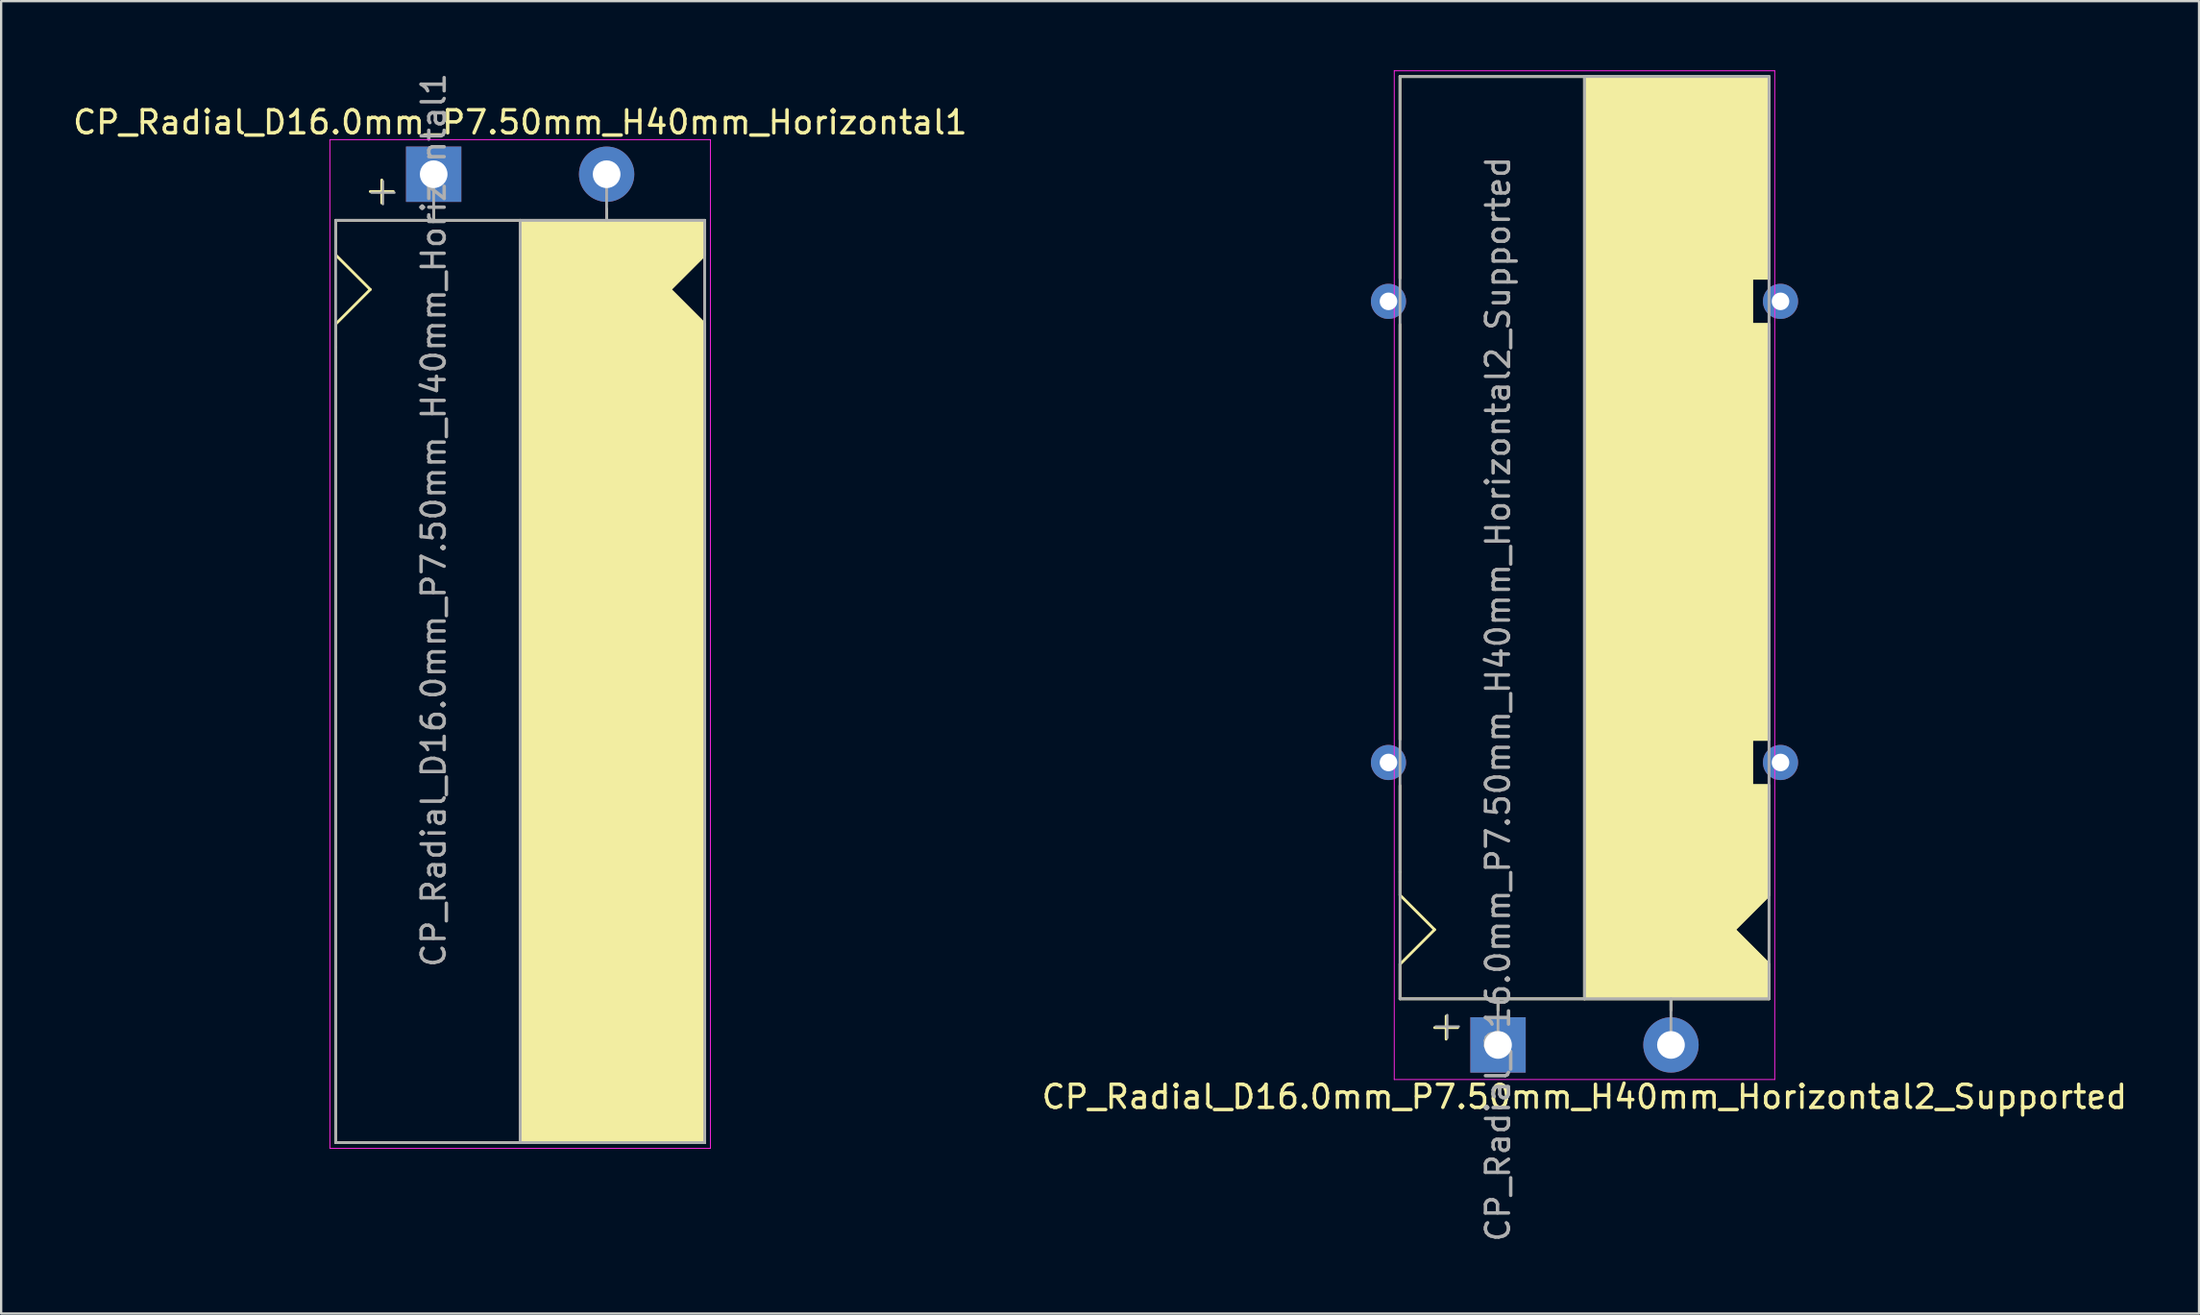
<source format=kicad_pcb>
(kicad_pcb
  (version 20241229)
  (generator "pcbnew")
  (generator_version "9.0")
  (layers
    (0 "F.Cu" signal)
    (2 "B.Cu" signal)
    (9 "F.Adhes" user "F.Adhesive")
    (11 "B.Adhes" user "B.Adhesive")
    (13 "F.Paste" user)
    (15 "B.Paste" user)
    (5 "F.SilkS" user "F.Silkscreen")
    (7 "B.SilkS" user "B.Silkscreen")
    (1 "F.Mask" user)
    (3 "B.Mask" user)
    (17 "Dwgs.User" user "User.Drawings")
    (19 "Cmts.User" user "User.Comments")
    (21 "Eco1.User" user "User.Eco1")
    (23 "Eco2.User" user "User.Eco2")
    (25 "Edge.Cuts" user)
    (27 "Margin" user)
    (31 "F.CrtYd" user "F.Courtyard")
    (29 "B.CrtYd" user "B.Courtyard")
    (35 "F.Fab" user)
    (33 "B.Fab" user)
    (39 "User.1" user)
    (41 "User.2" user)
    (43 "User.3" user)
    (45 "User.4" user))
  (footprint "CP_Radial_D16.0mm_P7.50mm_H40mm_Horizontal1"
    (layer "F.Cu")
    (at 15.756 4.506)
    (property "Reference" "CP_Radial_D16.0mm_P7.50mm_H40mm_Horizontal1" (at 3.75 -2.25 0) (layer "F.SilkS") (effects (font (size 1 1) (thickness 0.15))))
    (attr through_hole)
    (fp_line (start -4.25 2) (end -4.25 3.5) (stroke (width 0.12) (type solid)) (layer "F.SilkS"))
    (fp_line (start -4.25 3.5) (end -2.75 5) (stroke (width 0.12) (type solid)) (layer "F.SilkS"))
    (fp_line (start -4.25 6.5) (end -4.25 7.5) (stroke (width 0.12) (type solid)) (layer "F.SilkS"))
    (fp_line (start -4.25 7.5) (end -4.25 42) (stroke (width 0.12) (type solid)) (layer "F.SilkS"))
    (fp_line (start -2.75 5) (end -4.25 6.5) (stroke (width 0.12) (type solid)) (layer "F.SilkS"))
    (fp_line (start -2.25 0.25) (end -2.25 1.25) (stroke (width 0.12) (type solid)) (layer "F.SilkS"))
    (fp_line (start -1.75 0.75) (end -2.75 0.75) (stroke (width 0.12) (type solid)) (layer "F.SilkS"))
    (fp_line (start 0 1.5) (end 0 2) (stroke (width 0.12) (type solid)) (layer "F.SilkS"))
    (fp_line (start 3.75 2) (end -4.25 2) (stroke (width 0.12) (type solid)) (layer "F.SilkS"))
    (fp_line (start 3.75 2) (end 3.75 42) (stroke (width 0.12) (type solid)) (layer "F.SilkS"))
    (fp_line (start 3.75 2) (end 11.75 2) (stroke (width 0.12) (type solid)) (layer "F.SilkS"))
    (fp_line (start 7.5 1.5) (end 7.5 2) (stroke (width 0.12) (type solid)) (layer "F.SilkS"))
    (fp_line (start 10.25 5) (end 11.75 6.5) (stroke (width 0.12) (type solid)) (layer "F.SilkS"))
    (fp_line (start 11.75 2) (end 11.75 3.5) (stroke (width 0.12) (type solid)) (layer "F.SilkS"))
    (fp_line (start 11.75 3.5) (end 10.25 5) (stroke (width 0.12) (type solid)) (layer "F.SilkS"))
    (fp_line (start 11.75 42) (end -4.25 42) (stroke (width 0.12) (type solid)) (layer "F.SilkS"))
    (fp_line (start 11.75 42) (end 11.75 6.5) (stroke (width 0.12) (type solid)) (layer "F.SilkS"))
    (fp_poly (pts (xy 11.75 3.5) (xy 10.25 5) (xy 11.75 6.5) (xy 11.75 42) (xy 3.75 42) (xy 3.75 2) (xy 11.75 2)) (stroke (width 0.1) (type solid)) (fill yes) (layer "F.SilkS"))
    (fp_line (start -4.5 -1.5) (end 12 -1.5) (stroke (width 0.04) (type solid)) (layer "F.CrtYd"))
    (fp_line (start -4.5 42.25) (end -4.5 -1.5) (stroke (width 0.04) (type solid)) (layer "F.CrtYd"))
    (fp_line (start 12 -1.5) (end 12 42.25) (stroke (width 0.04) (type solid)) (layer "F.CrtYd"))
    (fp_line (start 12 42.25) (end -4.5 42.25) (stroke (width 0.04) (type solid)) (layer "F.CrtYd"))
    (fp_line (start -4.25 2) (end -4.25 42) (stroke (width 0.12) (type solid)) (layer "F.Fab"))
    (fp_line (start -4.25 42) (end 11.75 42) (stroke (width 0.12) (type solid)) (layer "F.Fab"))
    (fp_line (start -2.7 0.8) (end -1.7 0.8) (stroke (width 0.1) (type solid)) (layer "F.Fab"))
    (fp_line (start -2.2 1.3) (end -2.2 0.3) (stroke (width 0.1) (type solid)) (layer "F.Fab"))
    (fp_line (start 0 0) (end 0 2) (stroke (width 0.12) (type solid)) (layer "F.Fab"))
    (fp_line (start 0 2) (end -4.25 2) (stroke (width 0.12) (type solid)) (layer "F.Fab"))
    (fp_line (start 3.75 2) (end 3.75 42) (stroke (width 0.12) (type solid)) (layer "F.Fab"))
    (fp_line (start 7.5 0) (end 7.5 2) (stroke (width 0.12) (type solid)) (layer "F.Fab"))
    (fp_line (start 11.75 2) (end 0 2) (stroke (width 0.12) (type solid)) (layer "F.Fab"))
    (fp_line (start 11.75 42) (end 11.75 2) (stroke (width 0.12) (type solid)) (layer "F.Fab"))
    (fp_poly (pts (xy 11.75 42) (xy 3.75 42) (xy 3.75 2) (xy 11.75 2)) (stroke (width 0.1) (type solid)) (fill no) (layer "F.Fab"))
    (fp_text user "${REFERENCE}" (at 0 15 90) (layer "F.Fab") (effects (font (size 1 1) (thickness 0.15))))
    (pad "1" thru_hole rect (at 0 0) (size 2.4 2.4) (drill 1.2) (layers "*.Cu" "*.Mask"))
    (pad "2" thru_hole circle (at 7.5 0) (size 2.4 2.4) (drill 1.2) (layers "*.Cu" "*.Mask")))
  (footprint "CP_Radial_D16.0mm_P7.50mm_H40mm_Horizontal2_Supported"
    (layer "F.Cu")
    (at 61.911 42.27)
    (property "Reference" "CP_Radial_D16.0mm_P7.50mm_H40mm_Horizontal2_Supported" (at 3.75 2.25 0) (layer "F.SilkS") (effects (font (size 1 1) (thickness 0.15))))
    (attr through_hole)
    (fp_line (start -4.25 -33.25) (end -4.25 -42) (stroke (width 0.12) (type solid)) (layer "F.SilkS"))
    (fp_line (start -4.25 -31.25) (end -4.25 -13.25) (stroke (width 0.12) (type solid)) (layer "F.SilkS"))
    (fp_line (start -4.25 -7.5) (end -4.25 -11.25) (stroke (width 0.12) (type solid)) (layer "F.SilkS"))
    (fp_line (start -4.25 -6.5) (end -4.25 -7.5) (stroke (width 0.12) (type solid)) (layer "F.SilkS"))
    (fp_line (start -4.25 -3.5) (end -2.75 -5) (stroke (width 0.12) (type solid)) (layer "F.SilkS"))
    (fp_line (start -4.25 -2) (end -4.25 -3.5) (stroke (width 0.12) (type solid)) (layer "F.SilkS"))
    (fp_line (start -2.75 -5) (end -4.25 -6.5) (stroke (width 0.12) (type solid)) (layer "F.SilkS"))
    (fp_line (start -2.25 -1.25) (end -2.25 -0.25) (stroke (width 0.12) (type solid)) (layer "F.SilkS"))
    (fp_line (start -1.75 -0.75) (end -2.75 -0.75) (stroke (width 0.12) (type solid)) (layer "F.SilkS"))
    (fp_line (start 0 -1.5) (end 0 -2) (stroke (width 0.12) (type solid)) (layer "F.SilkS"))
    (fp_line (start 3.75 -2) (end -4.25 -2) (stroke (width 0.12) (type solid)) (layer "F.SilkS"))
    (fp_line (start 3.75 -2) (end 3.75 -42) (stroke (width 0.12) (type solid)) (layer "F.SilkS"))
    (fp_line (start 3.75 -2) (end 11.75 -2) (stroke (width 0.12) (type solid)) (layer "F.SilkS"))
    (fp_line (start 7.5 -1.5) (end 7.5 -2) (stroke (width 0.12) (type solid)) (layer "F.SilkS"))
    (fp_line (start 10.25 -5) (end 11.75 -6.5) (stroke (width 0.12) (type solid)) (layer "F.SilkS"))
    (fp_line (start 11 -33.25) (end 11 -31.25) (stroke (width 0.12) (type solid)) (layer "F.SilkS"))
    (fp_line (start 11 -31.25) (end 11.75 -31.25) (stroke (width 0.12) (type solid)) (layer "F.SilkS"))
    (fp_line (start 11 -13.25) (end 11 -11.25) (stroke (width 0.12) (type solid)) (layer "F.SilkS"))
    (fp_line (start 11 -11.25) (end 11.75 -11.25) (stroke (width 0.12) (type solid)) (layer "F.SilkS"))
    (fp_line (start 11.75 -42) (end -4.25 -42) (stroke (width 0.12) (type solid)) (layer "F.SilkS"))
    (fp_line (start 11.75 -42) (end 11.75 -33.25) (stroke (width 0.12) (type solid)) (layer "F.SilkS"))
    (fp_line (start 11.75 -33.25) (end 11 -33.25) (stroke (width 0.12) (type solid)) (layer "F.SilkS"))
    (fp_line (start 11.75 -13.25) (end 11 -13.25) (stroke (width 0.12) (type solid)) (layer "F.SilkS"))
    (fp_line (start 11.75 -13.25) (end 11.75 -31.25) (stroke (width 0.12) (type solid)) (layer "F.SilkS"))
    (fp_line (start 11.75 -11.25) (end 11.75 -6.5) (stroke (width 0.12) (type solid)) (layer "F.SilkS"))
    (fp_line (start 11.75 -3.5) (end 10.25 -5) (stroke (width 0.12) (type solid)) (layer "F.SilkS"))
    (fp_line (start 11.75 -2) (end 11.75 -3.5) (stroke (width 0.12) (type solid)) (layer "F.SilkS"))
    (fp_poly (pts (xy 11.75 -3.5) (xy 10.25 -5) (xy 11.75 -6.5) (xy 11.75 -11.25) (xy 11 -11.25) (xy 11 -13.25) (xy 11.75 -13.25) (xy 11.75 -31.25) (xy 11 -31.25) (xy 11 -33.25) (xy 11.75 -33.25) (xy 11.75 -42) (xy 3.75 -42) (xy 3.75 -2) (xy 11.75 -2)) (stroke (width 0.1) (type solid)) (fill yes) (layer "F.SilkS"))
    (fp_line (start -4.5 -42.25) (end -4.5 1.5) (stroke (width 0.04) (type solid)) (layer "F.CrtYd"))
    (fp_line (start -4.5 1.5) (end 12 1.5) (stroke (width 0.04) (type solid)) (layer "F.CrtYd"))
    (fp_line (start 12 -42.25) (end -4.5 -42.25) (stroke (width 0.04) (type solid)) (layer "F.CrtYd"))
    (fp_line (start 12 1.5) (end 12 -42.25) (stroke (width 0.04) (type solid)) (layer "F.CrtYd"))
    (fp_line (start -4.25 -42) (end 11.75 -42) (stroke (width 0.12) (type solid)) (layer "F.Fab"))
    (fp_line (start -4.25 -2) (end -4.25 -42) (stroke (width 0.12) (type solid)) (layer "F.Fab"))
    (fp_line (start -2.7 -0.8) (end -1.7 -0.8) (stroke (width 0.1) (type solid)) (layer "F.Fab"))
    (fp_line (start -2.2 -0.3) (end -2.2 -1.3) (stroke (width 0.1) (type solid)) (layer "F.Fab"))
    (fp_line (start 0 -2) (end -4.25 -2) (stroke (width 0.12) (type solid)) (layer "F.Fab"))
    (fp_line (start 0 0) (end 0 -2) (stroke (width 0.12) (type solid)) (layer "F.Fab"))
    (fp_line (start 3.75 -2) (end 3.75 -42) (stroke (width 0.12) (type solid)) (layer "F.Fab"))
    (fp_line (start 7.5 0) (end 7.5 -2) (stroke (width 0.12) (type solid)) (layer "F.Fab"))
    (fp_line (start 11.75 -42) (end 11.75 -2) (stroke (width 0.12) (type solid)) (layer "F.Fab"))
    (fp_line (start 11.75 -2) (end 0 -2) (stroke (width 0.12) (type solid)) (layer "F.Fab"))
    (fp_poly (pts (xy 11.75 -42) (xy 3.75 -42) (xy 3.75 -2) (xy 11.75 -2)) (stroke (width 0.1) (type solid)) (fill no) (layer "F.Fab"))
    (fp_text user "${REFERENCE}" (at 0 -15 90) (layer "F.Fab") (effects (font (size 1 1) (thickness 0.15))))
    (pad "" thru_hole circle (at -4.75 -32.25 180) (size 1.524 1.524) (drill 0.762) (layers "*.Cu" "*.Mask"))
    (pad "" thru_hole circle (at -4.75 -12.25 180) (size 1.524 1.524) (drill 0.762) (layers "*.Cu" "*.Mask"))
    (pad "" thru_hole circle (at 12.25 -32.25 180) (size 1.524 1.524) (drill 0.762) (layers "*.Cu" "*.Mask"))
    (pad "" thru_hole circle (at 12.25 -12.25 180) (size 1.524 1.524) (drill 0.762) (layers "*.Cu" "*.Mask"))
    (pad "1" thru_hole rect (at 0 0) (size 2.4 2.4) (drill 1.2) (layers "*.Cu" "*.Mask"))
    (pad "2" thru_hole circle (at 7.5 0) (size 2.4 2.4) (drill 1.2) (layers "*.Cu" "*.Mask")))
  (gr_rect
    (start -3 -3)
    (end 92.31 53.919)
    (stroke (width 0.1) (type default))
    (fill no)
    (layer "Edge.Cuts")))
</source>
